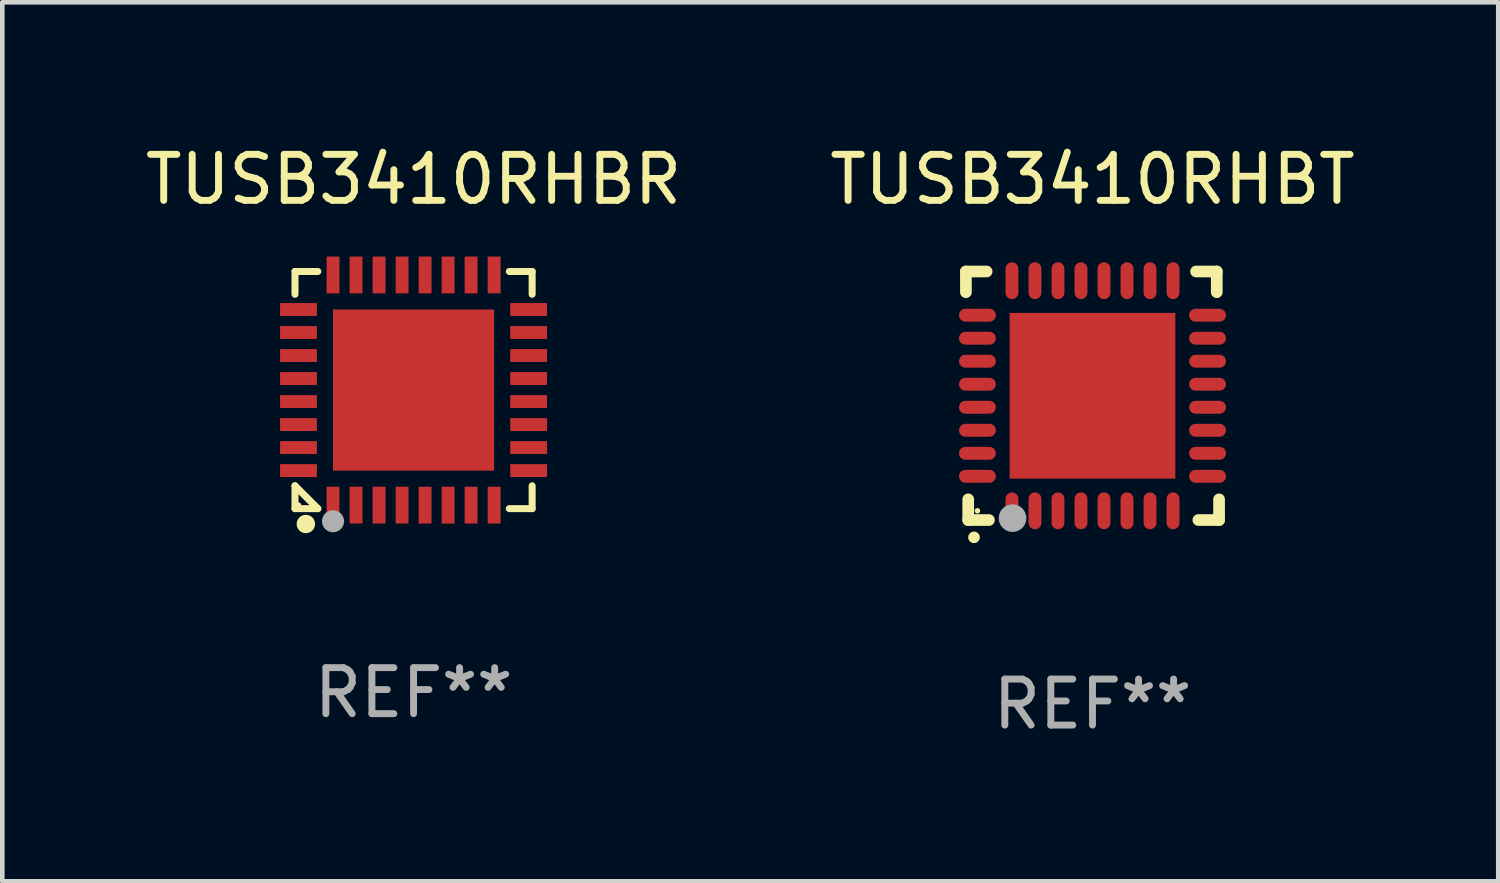
<source format=kicad_pcb>
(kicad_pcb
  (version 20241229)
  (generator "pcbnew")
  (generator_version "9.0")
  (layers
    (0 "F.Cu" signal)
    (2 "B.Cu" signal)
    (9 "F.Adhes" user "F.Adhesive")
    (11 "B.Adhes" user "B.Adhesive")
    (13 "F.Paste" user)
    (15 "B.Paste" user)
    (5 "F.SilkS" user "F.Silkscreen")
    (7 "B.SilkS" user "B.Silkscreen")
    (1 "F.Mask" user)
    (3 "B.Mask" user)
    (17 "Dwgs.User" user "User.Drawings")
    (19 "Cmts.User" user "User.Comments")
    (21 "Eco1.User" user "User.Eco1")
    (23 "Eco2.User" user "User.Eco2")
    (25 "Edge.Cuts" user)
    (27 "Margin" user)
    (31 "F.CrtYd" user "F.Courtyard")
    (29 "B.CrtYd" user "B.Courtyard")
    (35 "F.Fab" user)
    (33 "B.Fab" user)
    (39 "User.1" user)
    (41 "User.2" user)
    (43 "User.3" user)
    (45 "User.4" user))
  (footprint "TUSB3410RHBT"
    (layer "F.Cu")
    (at 20.685 5.548)
    (property "Reference" "TUSB3410RHBT" (at 0 -4.7 0) (layer "F.SilkS") (effects (font (size 1 1) (thickness 0.15))))
    (attr through_hole)
    (fp_line (start -2.75 -2.7) (end -2.75 -2.25) (stroke (width 0.254) (type solid)) (layer "F.SilkS"))
    (fp_line (start -2.7 2.7) (end -2.7 2.25) (stroke (width 0.254) (type solid)) (layer "F.SilkS"))
    (fp_line (start -2.3 -2.7) (end -2.75 -2.7) (stroke (width 0.254) (type solid)) (layer "F.SilkS"))
    (fp_line (start -2.25 2.7) (end -2.7 2.7) (stroke (width 0.254) (type solid)) (layer "F.SilkS"))
    (fp_line (start 2.3 2.7) (end 2.75 2.7) (stroke (width 0.254) (type solid)) (layer "F.SilkS"))
    (fp_line (start 2.7 -2.7) (end 2.25 -2.7) (stroke (width 0.254) (type solid)) (layer "F.SilkS"))
    (fp_line (start 2.7 -2.25) (end 2.7 -2.7) (stroke (width 0.254) (type solid)) (layer "F.SilkS"))
    (fp_line (start 2.75 2.7) (end 2.75 2.25) (stroke (width 0.254) (type solid)) (layer "F.SilkS"))
    (fp_arc (start -2.575565 3.075946) (mid -2.574295 3.07594) (end -2.573025 3.075946) (stroke (width 0.25) (type solid)) (layer "F.SilkS"))
    (fp_circle (center -2.5 2.5) (end -2.47 2.5) (stroke (width 0.06) (type solid)) (fill no) (layer "F.SilkS"))
    (fp_circle (center -1.737 2.659) (end -1.587 2.659) (stroke (width 0.3) (type solid)) (fill no) (layer "F.Fab"))
    (fp_text user "REF**" (at 0 6.7 0) (layer "F.Fab") (effects (font (size 1 1) (thickness 0.15))))
    (pad "1" smd oval (at -1.75 2.5) (size 0.28 0.8) (layers "F.Cu" "F.Mask" "F.Paste"))
    (pad "2" smd oval (at -1.25 2.5) (size 0.28 0.8) (layers "F.Cu" "F.Mask" "F.Paste"))
    (pad "3" smd oval (at -0.75 2.5) (size 0.28 0.8) (layers "F.Cu" "F.Mask" "F.Paste"))
    (pad "4" smd oval (at -0.25 2.5) (size 0.28 0.8) (layers "F.Cu" "F.Mask" "F.Paste"))
    (pad "5" smd oval (at 0.25 2.5) (size 0.28 0.8) (layers "F.Cu" "F.Mask" "F.Paste"))
    (pad "6" smd oval (at 0.75 2.5) (size 0.28 0.8) (layers "F.Cu" "F.Mask" "F.Paste"))
    (pad "7" smd oval (at 1.25 2.5) (size 0.28 0.8) (layers "F.Cu" "F.Mask" "F.Paste"))
    (pad "8" smd oval (at 1.75 2.5) (size 0.28 0.8) (layers "F.Cu" "F.Mask" "F.Paste"))
    (pad "9" smd oval (at 2.5 1.75) (size 0.8 0.28) (layers "F.Cu" "F.Mask" "F.Paste"))
    (pad "10" smd oval (at 2.5 1.25) (size 0.8 0.28) (layers "F.Cu" "F.Mask" "F.Paste"))
    (pad "11" smd oval (at 2.5 0.75) (size 0.8 0.28) (layers "F.Cu" "F.Mask" "F.Paste"))
    (pad "12" smd oval (at 2.5 0.25) (size 0.8 0.28) (layers "F.Cu" "F.Mask" "F.Paste"))
    (pad "13" smd oval (at 2.5 -0.25) (size 0.8 0.28) (layers "F.Cu" "F.Mask" "F.Paste"))
    (pad "14" smd oval (at 2.5 -0.75) (size 0.8 0.28) (layers "F.Cu" "F.Mask" "F.Paste"))
    (pad "15" smd oval (at 2.5 -1.25) (size 0.8 0.28) (layers "F.Cu" "F.Mask" "F.Paste"))
    (pad "16" smd oval (at 2.5 -1.75) (size 0.8 0.28) (layers "F.Cu" "F.Mask" "F.Paste"))
    (pad "17" smd oval (at 1.75 -2.5) (size 0.28 0.8) (layers "F.Cu" "F.Mask" "F.Paste"))
    (pad "18" smd oval (at 1.25 -2.5) (size 0.28 0.8) (layers "F.Cu" "F.Mask" "F.Paste"))
    (pad "19" smd oval (at 0.75 -2.5) (size 0.28 0.8) (layers "F.Cu" "F.Mask" "F.Paste"))
    (pad "20" smd oval (at 0.25 -2.5) (size 0.28 0.8) (layers "F.Cu" "F.Mask" "F.Paste"))
    (pad "21" smd oval (at -0.25 -2.5) (size 0.28 0.8) (layers "F.Cu" "F.Mask" "F.Paste"))
    (pad "22" smd oval (at -0.75 -2.5) (size 0.28 0.8) (layers "F.Cu" "F.Mask" "F.Paste"))
    (pad "23" smd oval (at -1.25 -2.5) (size 0.28 0.8) (layers "F.Cu" "F.Mask" "F.Paste"))
    (pad "24" smd oval (at -1.75 -2.5) (size 0.28 0.8) (layers "F.Cu" "F.Mask" "F.Paste"))
    (pad "25" smd oval (at -2.5 -1.75) (size 0.8 0.28) (layers "F.Cu" "F.Mask" "F.Paste"))
    (pad "26" smd oval (at -2.5 -1.25) (size 0.8 0.28) (layers "F.Cu" "F.Mask" "F.Paste"))
    (pad "27" smd oval (at -2.5 -0.75) (size 0.8 0.28) (layers "F.Cu" "F.Mask" "F.Paste"))
    (pad "28" smd oval (at -2.5 -0.25) (size 0.8 0.28) (layers "F.Cu" "F.Mask" "F.Paste"))
    (pad "29" smd oval (at -2.5 0.25) (size 0.8 0.28) (layers "F.Cu" "F.Mask" "F.Paste"))
    (pad "30" smd oval (at -2.5 0.75) (size 0.8 0.28) (layers "F.Cu" "F.Mask" "F.Paste"))
    (pad "31" smd oval (at -2.5 1.25) (size 0.8 0.28) (layers "F.Cu" "F.Mask" "F.Paste"))
    (pad "32" smd oval (at -2.5 1.75) (size 0.8 0.28) (layers "F.Cu" "F.Mask" "F.Paste"))
    (pad "33" smd rect (at 0.000076 0.000076) (size 3.6 3.6) (layers "F.Cu" "F.Mask" "F.Paste")))
  (footprint "TUSB3410RHBR"
    (layer "F.Cu")
    (at 5.935 5.424)
    (property "Reference" "TUSB3410RHBR" (at 0 -4.576 0) (layer "F.SilkS") (effects (font (size 1 1) (thickness 0.15))))
    (attr through_hole)
    (fp_line (start -2.576 -2.576) (end -2.08 -2.576) (stroke (width 0.152) (type solid)) (layer "F.SilkS"))
    (fp_line (start -2.576 -2.08) (end -2.576 -2.576) (stroke (width 0.152) (type solid)) (layer "F.SilkS"))
    (fp_line (start -2.576 2.08) (end -2.576 2.576) (stroke (width 0.152) (type solid)) (layer "F.SilkS"))
    (fp_line (start -2.576 2.08) (end -2.08 2.576) (stroke (width 0.152) (type solid)) (layer "F.SilkS"))
    (fp_line (start -2.576 2.576) (end -2.08 2.576) (stroke (width 0.152) (type solid)) (layer "F.SilkS"))
    (fp_line (start 2.576 -2.576) (end 2.08 -2.576) (stroke (width 0.152) (type solid)) (layer "F.SilkS"))
    (fp_line (start 2.576 -2.08) (end 2.576 -2.576) (stroke (width 0.152) (type solid)) (layer "F.SilkS"))
    (fp_line (start 2.576 2.08) (end 2.576 2.576) (stroke (width 0.152) (type solid)) (layer "F.SilkS"))
    (fp_line (start 2.576 2.576) (end 2.08 2.576) (stroke (width 0.152) (type solid)) (layer "F.SilkS"))
    (fp_circle (center -2.5 2.5) (end -2.47 2.5) (stroke (width 0.06) (type solid)) (fill no) (layer "F.SilkS"))
    (fp_circle (center -2.34 2.91) (end -2.24 2.91) (stroke (width 0.2) (type solid)) (fill no) (layer "F.SilkS"))
    (fp_circle (center -1.75 2.85) (end -1.63 2.85) (stroke (width 0.24) (type solid)) (fill no) (layer "F.Fab"))
    (fp_text user "REF**" (at 0 6.576 0) (layer "F.Fab") (effects (font (size 1 1) (thickness 0.15))))
    (pad "1" smd rect (at -1.75 2.5) (size 0.28 0.8) (layers "F.Cu" "F.Mask" "F.Paste"))
    (pad "2" smd rect (at -1.25 2.5) (size 0.28 0.8) (layers "F.Cu" "F.Mask" "F.Paste"))
    (pad "3" smd rect (at -0.75 2.5) (size 0.28 0.8) (layers "F.Cu" "F.Mask" "F.Paste"))
    (pad "4" smd rect (at -0.25 2.5) (size 0.28 0.8) (layers "F.Cu" "F.Mask" "F.Paste"))
    (pad "5" smd rect (at 0.25 2.5) (size 0.28 0.8) (layers "F.Cu" "F.Mask" "F.Paste"))
    (pad "6" smd rect (at 0.75 2.5) (size 0.28 0.8) (layers "F.Cu" "F.Mask" "F.Paste"))
    (pad "7" smd rect (at 1.25 2.5) (size 0.28 0.8) (layers "F.Cu" "F.Mask" "F.Paste"))
    (pad "8" smd rect (at 1.75 2.5) (size 0.28 0.8) (layers "F.Cu" "F.Mask" "F.Paste"))
    (pad "9" smd rect (at 2.5 1.75) (size 0.8 0.28) (layers "F.Cu" "F.Mask" "F.Paste"))
    (pad "10" smd rect (at 2.5 1.25) (size 0.8 0.28) (layers "F.Cu" "F.Mask" "F.Paste"))
    (pad "11" smd rect (at 2.5 0.75) (size 0.8 0.28) (layers "F.Cu" "F.Mask" "F.Paste"))
    (pad "12" smd rect (at 2.5 0.25) (size 0.8 0.28) (layers "F.Cu" "F.Mask" "F.Paste"))
    (pad "13" smd rect (at 2.5 -0.25) (size 0.8 0.28) (layers "F.Cu" "F.Mask" "F.Paste"))
    (pad "14" smd rect (at 2.5 -0.75) (size 0.8 0.28) (layers "F.Cu" "F.Mask" "F.Paste"))
    (pad "15" smd rect (at 2.5 -1.25) (size 0.8 0.28) (layers "F.Cu" "F.Mask" "F.Paste"))
    (pad "16" smd rect (at 2.5 -1.75) (size 0.8 0.28) (layers "F.Cu" "F.Mask" "F.Paste"))
    (pad "17" smd rect (at 1.75 -2.5) (size 0.28 0.8) (layers "F.Cu" "F.Mask" "F.Paste"))
    (pad "18" smd rect (at 1.25 -2.5) (size 0.28 0.8) (layers "F.Cu" "F.Mask" "F.Paste"))
    (pad "19" smd rect (at 0.75 -2.5) (size 0.28 0.8) (layers "F.Cu" "F.Mask" "F.Paste"))
    (pad "20" smd rect (at 0.25 -2.5) (size 0.28 0.8) (layers "F.Cu" "F.Mask" "F.Paste"))
    (pad "21" smd rect (at -0.25 -2.5) (size 0.28 0.8) (layers "F.Cu" "F.Mask" "F.Paste"))
    (pad "22" smd rect (at -0.75 -2.5) (size 0.28 0.8) (layers "F.Cu" "F.Mask" "F.Paste"))
    (pad "23" smd rect (at -1.25 -2.5) (size 0.28 0.8) (layers "F.Cu" "F.Mask" "F.Paste"))
    (pad "24" smd rect (at -1.75 -2.5) (size 0.28 0.8) (layers "F.Cu" "F.Mask" "F.Paste"))
    (pad "25" smd rect (at -2.5 -1.75) (size 0.8 0.28) (layers "F.Cu" "F.Mask" "F.Paste"))
    (pad "26" smd rect (at -2.5 -1.25) (size 0.8 0.28) (layers "F.Cu" "F.Mask" "F.Paste"))
    (pad "27" smd rect (at -2.5 -0.75) (size 0.8 0.28) (layers "F.Cu" "F.Mask" "F.Paste"))
    (pad "28" smd rect (at -2.5 -0.25) (size 0.8 0.28) (layers "F.Cu" "F.Mask" "F.Paste"))
    (pad "29" smd rect (at -2.5 0.25) (size 0.8 0.28) (layers "F.Cu" "F.Mask" "F.Paste"))
    (pad "30" smd rect (at -2.5 0.75) (size 0.8 0.28) (layers "F.Cu" "F.Mask" "F.Paste"))
    (pad "31" smd rect (at -2.5 1.25) (size 0.8 0.28) (layers "F.Cu" "F.Mask" "F.Paste"))
    (pad "32" smd rect (at -2.5 1.75) (size 0.8 0.28) (layers "F.Cu" "F.Mask" "F.Paste"))
    (pad "33" smd rect (at 0 0) (size 3.5 3.5) (layers "F.Cu" "F.Mask" "F.Paste")))
  (gr_rect
    (start -3 -3)
    (end 29.5 16.097)
    (stroke (width 0.1) (type default))
    (fill no)
    (layer "Edge.Cuts")))
</source>
